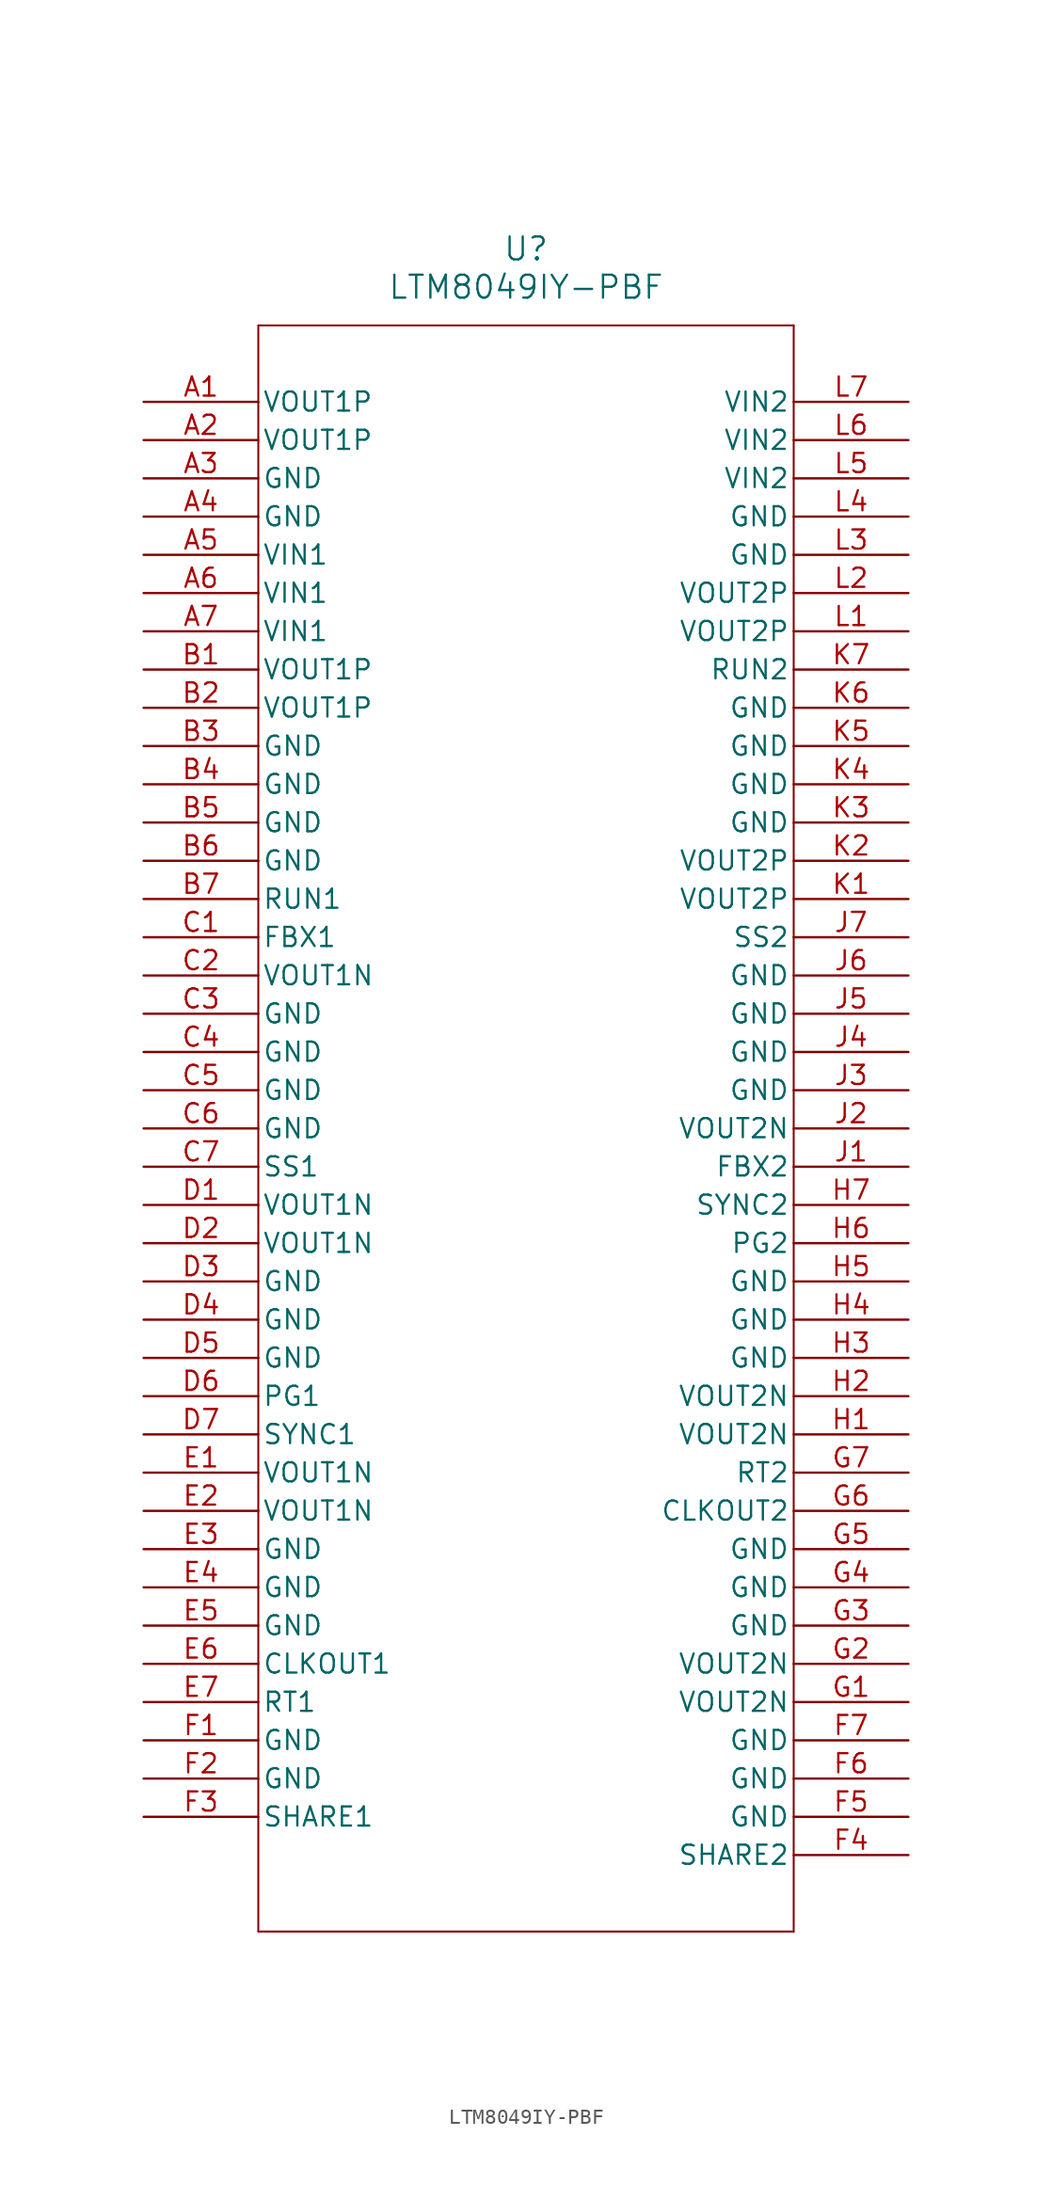
<source format=kicad_sym>
(kicad_symbol_lib
  (version 20211014)
  (generator kicad_symbol_editor)
  (symbol "LTM8049IY-PBF"
    (pin_names
      (offset 0.254))
    (property "Reference" "U"
      (at 25.4 10.16 0)
      (effects (font (size 1.524 1.524))))
    (property "Value" "LTM8049IY-PBF"
      (at 25.4 7.62 0)
      (effects (font (size 1.524 1.524))))
    (symbol "LTM8049IY-PBF_0_1"
      (polyline (pts (xy 7.62 5.08) (xy 7.62 -101.6)) (stroke (width 0.127) (type default) (color 0 0 0 0)) (fill (type none)))
      (polyline (pts (xy 7.62 -101.6) (xy 43.18 -101.6)) (stroke (width 0.127) (type default) (color 0 0 0 0)) (fill (type none)))
      (polyline (pts (xy 43.18 -101.6) (xy 43.18 5.08)) (stroke (width 0.127) (type default) (color 0 0 0 0)) (fill (type none)))
      (polyline (pts (xy 43.18 5.08) (xy 7.62 5.08)) (stroke (width 0.127) (type default) (color 0 0 0 0)) (fill (type none)))
      (pin power_in line (at 0 0 0) (length 7.62) (name "VOUT1P" (effects (font (size 1.27 1.27)))) (number "A1" (effects (font (size 1.27 1.27)))))
      (pin power_in line (at 0 -2.54 0) (length 7.62) (name "VOUT1P" (effects (font (size 1.27 1.27)))) (number "A2" (effects (font (size 1.27 1.27)))))
      (pin power_out line (at 0 -5.08 0) (length 7.62) (name "GND" (effects (font (size 1.27 1.27)))) (number "A3" (effects (font (size 1.27 1.27)))))
      (pin power_out line (at 0 -7.62 0) (length 7.62) (name "GND" (effects (font (size 1.27 1.27)))) (number "A4" (effects (font (size 1.27 1.27)))))
      (pin power_in line (at 0 -10.16 0) (length 7.62) (name "VIN1" (effects (font (size 1.27 1.27)))) (number "A5" (effects (font (size 1.27 1.27)))))
      (pin power_in line (at 0 -12.7 0) (length 7.62) (name "VIN1" (effects (font (size 1.27 1.27)))) (number "A6" (effects (font (size 1.27 1.27)))))
      (pin power_in line (at 0 -15.24 0) (length 7.62) (name "VIN1" (effects (font (size 1.27 1.27)))) (number "A7" (effects (font (size 1.27 1.27)))))
      (pin power_in line (at 0 -17.78 0) (length 7.62) (name "VOUT1P" (effects (font (size 1.27 1.27)))) (number "B1" (effects (font (size 1.27 1.27)))))
      (pin power_in line (at 0 -20.32 0) (length 7.62) (name "VOUT1P" (effects (font (size 1.27 1.27)))) (number "B2" (effects (font (size 1.27 1.27)))))
      (pin power_out line (at 0 -22.86 0) (length 7.62) (name "GND" (effects (font (size 1.27 1.27)))) (number "B3" (effects (font (size 1.27 1.27)))))
      (pin power_out line (at 0 -25.4 0) (length 7.62) (name "GND" (effects (font (size 1.27 1.27)))) (number "B4" (effects (font (size 1.27 1.27)))))
      (pin power_out line (at 0 -27.94 0) (length 7.62) (name "GND" (effects (font (size 1.27 1.27)))) (number "B5" (effects (font (size 1.27 1.27)))))
      (pin power_out line (at 0 -30.48 0) (length 7.62) (name "GND" (effects (font (size 1.27 1.27)))) (number "B6" (effects (font (size 1.27 1.27)))))
      (pin unspecified line (at 0 -33.02 0) (length 7.62) (name "RUN1" (effects (font (size 1.27 1.27)))) (number "B7" (effects (font (size 1.27 1.27)))))
      (pin unspecified line (at 0 -35.56 0) (length 7.62) (name "FBX1" (effects (font (size 1.27 1.27)))) (number "C1" (effects (font (size 1.27 1.27)))))
      (pin power_in line (at 0 -38.1 0) (length 7.62) (name "VOUT1N" (effects (font (size 1.27 1.27)))) (number "C2" (effects (font (size 1.27 1.27)))))
      (pin power_out line (at 0 -40.64 0) (length 7.62) (name "GND" (effects (font (size 1.27 1.27)))) (number "C3" (effects (font (size 1.27 1.27)))))
      (pin power_out line (at 0 -43.18 0) (length 7.62) (name "GND" (effects (font (size 1.27 1.27)))) (number "C4" (effects (font (size 1.27 1.27)))))
      (pin power_out line (at 0 -45.72 0) (length 7.62) (name "GND" (effects (font (size 1.27 1.27)))) (number "C5" (effects (font (size 1.27 1.27)))))
      (pin power_out line (at 0 -48.26 0) (length 7.62) (name "GND" (effects (font (size 1.27 1.27)))) (number "C6" (effects (font (size 1.27 1.27)))))
      (pin unspecified line (at 0 -50.8 0) (length 7.62) (name "SS1" (effects (font (size 1.27 1.27)))) (number "C7" (effects (font (size 1.27 1.27)))))
      (pin power_in line (at 0 -53.34 0) (length 7.62) (name "VOUT1N" (effects (font (size 1.27 1.27)))) (number "D1" (effects (font (size 1.27 1.27)))))
      (pin power_in line (at 0 -55.88 0) (length 7.62) (name "VOUT1N" (effects (font (size 1.27 1.27)))) (number "D2" (effects (font (size 1.27 1.27)))))
      (pin power_out line (at 0 -58.42 0) (length 7.62) (name "GND" (effects (font (size 1.27 1.27)))) (number "D3" (effects (font (size 1.27 1.27)))))
      (pin power_out line (at 0 -60.96 0) (length 7.62) (name "GND" (effects (font (size 1.27 1.27)))) (number "D4" (effects (font (size 1.27 1.27)))))
      (pin power_out line (at 0 -63.5 0) (length 7.62) (name "GND" (effects (font (size 1.27 1.27)))) (number "D5" (effects (font (size 1.27 1.27)))))
      (pin output line (at 0 -66.04 0) (length 7.62) (name "PG1" (effects (font (size 1.27 1.27)))) (number "D6" (effects (font (size 1.27 1.27)))))
      (pin unspecified line (at 0 -68.58 0) (length 7.62) (name "SYNC1" (effects (font (size 1.27 1.27)))) (number "D7" (effects (font (size 1.27 1.27)))))
      (pin power_in line (at 0 -71.12 0) (length 7.62) (name "VOUT1N" (effects (font (size 1.27 1.27)))) (number "E1" (effects (font (size 1.27 1.27)))))
      (pin power_in line (at 0 -73.66 0) (length 7.62) (name "VOUT1N" (effects (font (size 1.27 1.27)))) (number "E2" (effects (font (size 1.27 1.27)))))
      (pin power_out line (at 0 -76.2 0) (length 7.62) (name "GND" (effects (font (size 1.27 1.27)))) (number "E3" (effects (font (size 1.27 1.27)))))
      (pin power_out line (at 0 -78.74 0) (length 7.62) (name "GND" (effects (font (size 1.27 1.27)))) (number "E4" (effects (font (size 1.27 1.27)))))
      (pin power_out line (at 0 -81.28 0) (length 7.62) (name "GND" (effects (font (size 1.27 1.27)))) (number "E5" (effects (font (size 1.27 1.27)))))
      (pin output line (at 0 -83.82 0) (length 7.62) (name "CLKOUT1" (effects (font (size 1.27 1.27)))) (number "E6" (effects (font (size 1.27 1.27)))))
      (pin unspecified line (at 0 -86.36 0) (length 7.62) (name "RT1" (effects (font (size 1.27 1.27)))) (number "E7" (effects (font (size 1.27 1.27)))))
      (pin power_out line (at 0 -88.9 0) (length 7.62) (name "GND" (effects (font (size 1.27 1.27)))) (number "F1" (effects (font (size 1.27 1.27)))))
      (pin power_out line (at 0 -91.44 0) (length 7.62) (name "GND" (effects (font (size 1.27 1.27)))) (number "F2" (effects (font (size 1.27 1.27)))))
      (pin unspecified line (at 0 -93.98 0) (length 7.62) (name "SHARE1" (effects (font (size 1.27 1.27)))) (number "F3" (effects (font (size 1.27 1.27)))))
      (pin unspecified line (at 50.8 -96.52 180) (length 7.62) (name "SHARE2" (effects (font (size 1.27 1.27)))) (number "F4" (effects (font (size 1.27 1.27)))))
      (pin power_out line (at 50.8 -93.98 180) (length 7.62) (name "GND" (effects (font (size 1.27 1.27)))) (number "F5" (effects (font (size 1.27 1.27)))))
      (pin power_out line (at 50.8 -91.44 180) (length 7.62) (name "GND" (effects (font (size 1.27 1.27)))) (number "F6" (effects (font (size 1.27 1.27)))))
      (pin power_out line (at 50.8 -88.9 180) (length 7.62) (name "GND" (effects (font (size 1.27 1.27)))) (number "F7" (effects (font (size 1.27 1.27)))))
      (pin power_in line (at 50.8 -86.36 180) (length 7.62) (name "VOUT2N" (effects (font (size 1.27 1.27)))) (number "G1" (effects (font (size 1.27 1.27)))))
      (pin power_in line (at 50.8 -83.82 180) (length 7.62) (name "VOUT2N" (effects (font (size 1.27 1.27)))) (number "G2" (effects (font (size 1.27 1.27)))))
      (pin power_out line (at 50.8 -81.28 180) (length 7.62) (name "GND" (effects (font (size 1.27 1.27)))) (number "G3" (effects (font (size 1.27 1.27)))))
      (pin power_out line (at 50.8 -78.74 180) (length 7.62) (name "GND" (effects (font (size 1.27 1.27)))) (number "G4" (effects (font (size 1.27 1.27)))))
      (pin power_out line (at 50.8 -76.2 180) (length 7.62) (name "GND" (effects (font (size 1.27 1.27)))) (number "G5" (effects (font (size 1.27 1.27)))))
      (pin output line (at 50.8 -73.66 180) (length 7.62) (name "CLKOUT2" (effects (font (size 1.27 1.27)))) (number "G6" (effects (font (size 1.27 1.27)))))
      (pin unspecified line (at 50.8 -71.12 180) (length 7.62) (name "RT2" (effects (font (size 1.27 1.27)))) (number "G7" (effects (font (size 1.27 1.27)))))
      (pin power_in line (at 50.8 -68.58 180) (length 7.62) (name "VOUT2N" (effects (font (size 1.27 1.27)))) (number "H1" (effects (font (size 1.27 1.27)))))
      (pin power_in line (at 50.8 -66.04 180) (length 7.62) (name "VOUT2N" (effects (font (size 1.27 1.27)))) (number "H2" (effects (font (size 1.27 1.27)))))
      (pin power_out line (at 50.8 -63.5 180) (length 7.62) (name "GND" (effects (font (size 1.27 1.27)))) (number "H3" (effects (font (size 1.27 1.27)))))
      (pin power_out line (at 50.8 -60.96 180) (length 7.62) (name "GND" (effects (font (size 1.27 1.27)))) (number "H4" (effects (font (size 1.27 1.27)))))
      (pin power_out line (at 50.8 -58.42 180) (length 7.62) (name "GND" (effects (font (size 1.27 1.27)))) (number "H5" (effects (font (size 1.27 1.27)))))
      (pin output line (at 50.8 -55.88 180) (length 7.62) (name "PG2" (effects (font (size 1.27 1.27)))) (number "H6" (effects (font (size 1.27 1.27)))))
      (pin unspecified line (at 50.8 -53.34 180) (length 7.62) (name "SYNC2" (effects (font (size 1.27 1.27)))) (number "H7" (effects (font (size 1.27 1.27)))))
      (pin unspecified line (at 50.8 -50.8 180) (length 7.62) (name "FBX2" (effects (font (size 1.27 1.27)))) (number "J1" (effects (font (size 1.27 1.27)))))
      (pin power_in line (at 50.8 -48.26 180) (length 7.62) (name "VOUT2N" (effects (font (size 1.27 1.27)))) (number "J2" (effects (font (size 1.27 1.27)))))
      (pin power_out line (at 50.8 -45.72 180) (length 7.62) (name "GND" (effects (font (size 1.27 1.27)))) (number "J3" (effects (font (size 1.27 1.27)))))
      (pin power_out line (at 50.8 -43.18 180) (length 7.62) (name "GND" (effects (font (size 1.27 1.27)))) (number "J4" (effects (font (size 1.27 1.27)))))
      (pin power_out line (at 50.8 -40.64 180) (length 7.62) (name "GND" (effects (font (size 1.27 1.27)))) (number "J5" (effects (font (size 1.27 1.27)))))
      (pin power_out line (at 50.8 -38.1 180) (length 7.62) (name "GND" (effects (font (size 1.27 1.27)))) (number "J6" (effects (font (size 1.27 1.27)))))
      (pin unspecified line (at 50.8 -35.56 180) (length 7.62) (name "SS2" (effects (font (size 1.27 1.27)))) (number "J7" (effects (font (size 1.27 1.27)))))
      (pin power_in line (at 50.8 -33.02 180) (length 7.62) (name "VOUT2P" (effects (font (size 1.27 1.27)))) (number "K1" (effects (font (size 1.27 1.27)))))
      (pin power_in line (at 50.8 -30.48 180) (length 7.62) (name "VOUT2P" (effects (font (size 1.27 1.27)))) (number "K2" (effects (font (size 1.27 1.27)))))
      (pin power_out line (at 50.8 -27.94 180) (length 7.62) (name "GND" (effects (font (size 1.27 1.27)))) (number "K3" (effects (font (size 1.27 1.27)))))
      (pin power_out line (at 50.8 -25.4 180) (length 7.62) (name "GND" (effects (font (size 1.27 1.27)))) (number "K4" (effects (font (size 1.27 1.27)))))
      (pin power_out line (at 50.8 -22.86 180) (length 7.62) (name "GND" (effects (font (size 1.27 1.27)))) (number "K5" (effects (font (size 1.27 1.27)))))
      (pin power_out line (at 50.8 -20.32 180) (length 7.62) (name "GND" (effects (font (size 1.27 1.27)))) (number "K6" (effects (font (size 1.27 1.27)))))
      (pin unspecified line (at 50.8 -17.78 180) (length 7.62) (name "RUN2" (effects (font (size 1.27 1.27)))) (number "K7" (effects (font (size 1.27 1.27)))))
      (pin power_in line (at 50.8 -15.24 180) (length 7.62) (name "VOUT2P" (effects (font (size 1.27 1.27)))) (number "L1" (effects (font (size 1.27 1.27)))))
      (pin power_in line (at 50.8 -12.7 180) (length 7.62) (name "VOUT2P" (effects (font (size 1.27 1.27)))) (number "L2" (effects (font (size 1.27 1.27)))))
      (pin power_out line (at 50.8 -10.16 180) (length 7.62) (name "GND" (effects (font (size 1.27 1.27)))) (number "L3" (effects (font (size 1.27 1.27)))))
      (pin power_out line (at 50.8 -7.62 180) (length 7.62) (name "GND" (effects (font (size 1.27 1.27)))) (number "L4" (effects (font (size 1.27 1.27)))))
      (pin power_in line (at 50.8 -5.08 180) (length 7.62) (name "VIN2" (effects (font (size 1.27 1.27)))) (number "L5" (effects (font (size 1.27 1.27)))))
      (pin power_in line (at 50.8 -2.54 180) (length 7.62) (name "VIN2" (effects (font (size 1.27 1.27)))) (number "L6" (effects (font (size 1.27 1.27)))))
      (pin power_in line (at 50.8 0 180) (length 7.62) (name "VIN2" (effects (font (size 1.27 1.27)))) (number "L7" (effects (font (size 1.27 1.27))))))))
</source>
